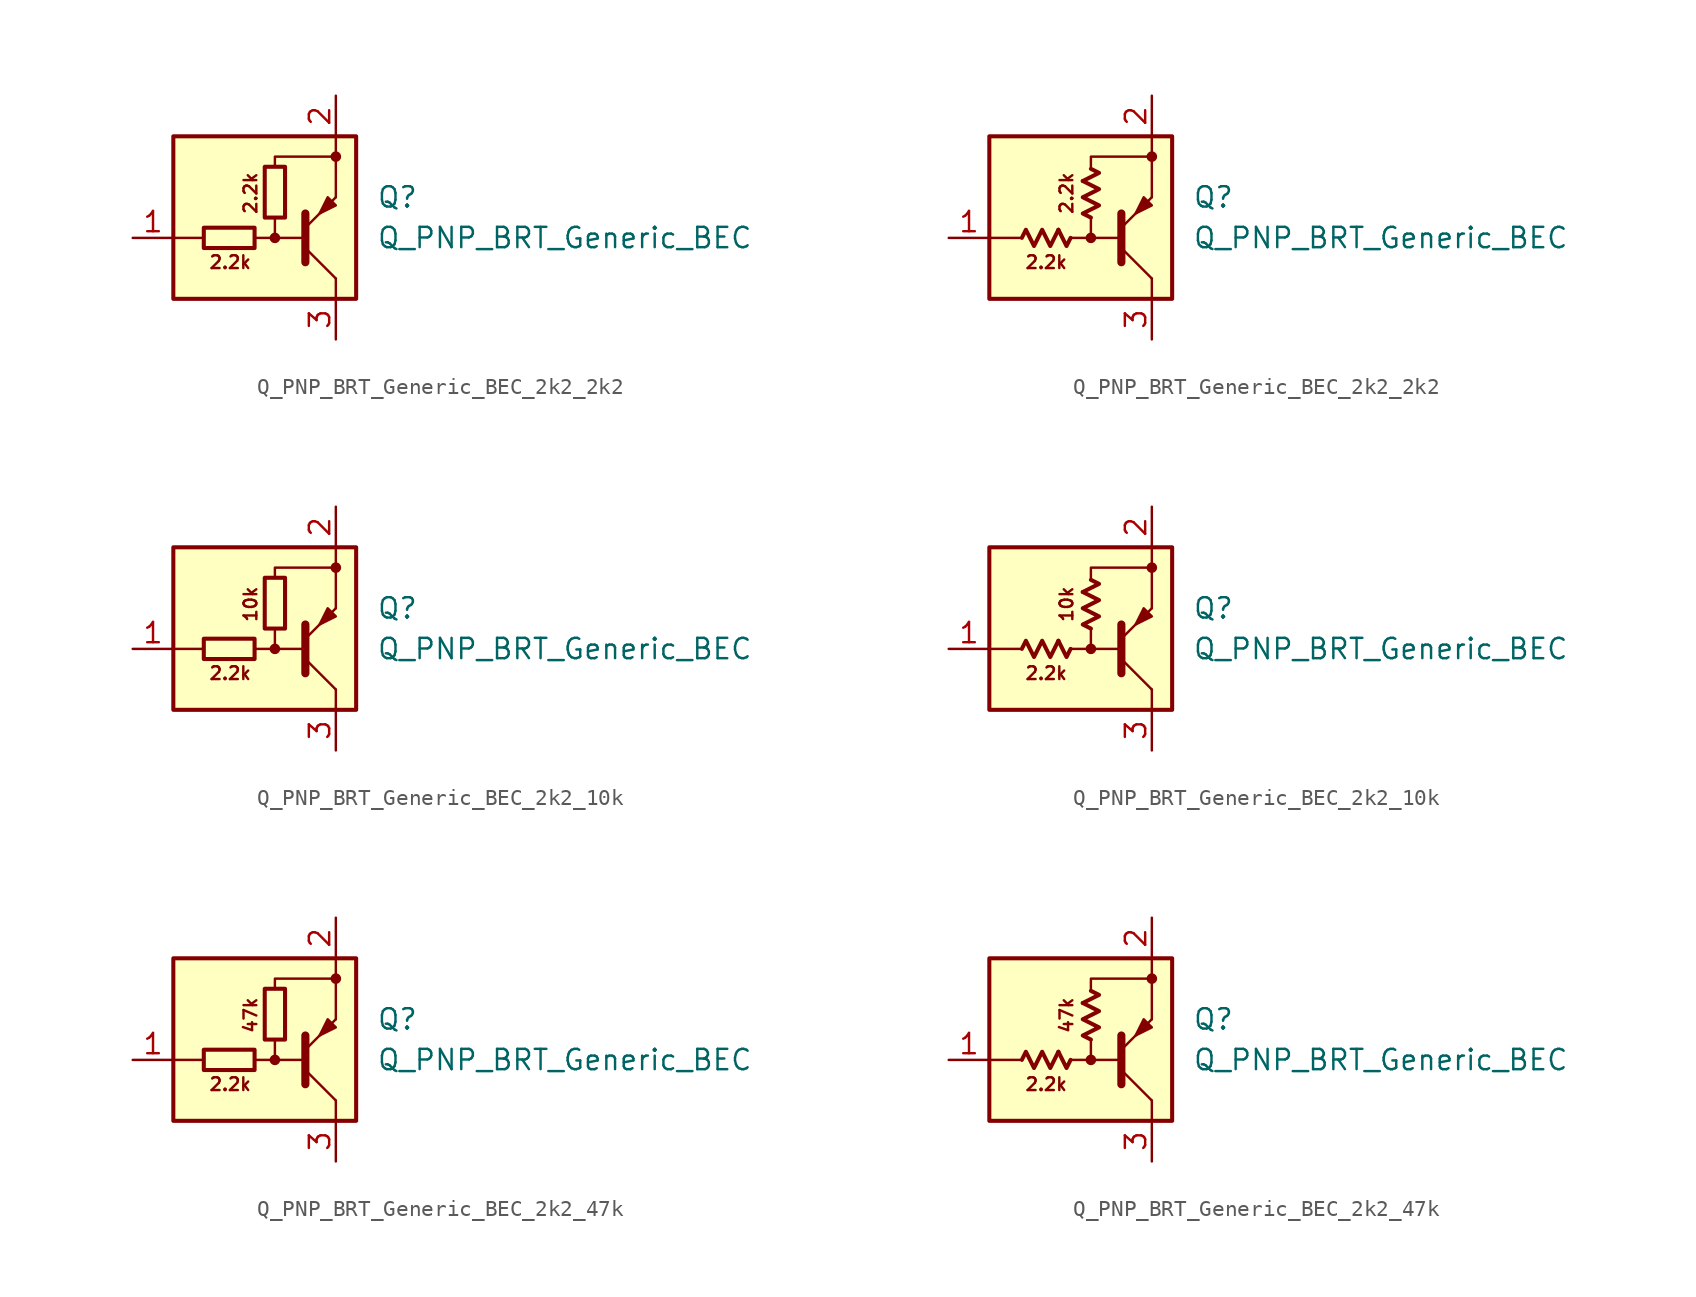
<source format=kicad_sym>
(kicad_symbol_lib
  (version 20220914)
  (generator kicad_symbol_editor)
  (symbol "Q_PNP_BRT_Generic_BEC_2k2_2k2"
    (pin_names hide)
    (property "Reference" "Q"
      (at 6.35 1.27 0)
      (effects (font (size 1.27 1.27)) (justify left)))
    (property "Value" "Q_PNP_BRT_Generic_BEC"
      (at 6.35 -1.27 0)
      (effects (font (size 1.27 1.27)) (justify left)))
    (symbol "Q_PNP_BRT_Generic_BEC_2k2_2k2_0_2"
      (polyline (pts (xy -2.032 -0.762) (xy -1.524 -1.778) (xy -1.27 -1.27)) (stroke (width 0.254) (type default)) (fill (type none)))
      (polyline (pts (xy -0.508 2.286) (xy 0.508 2.794) (xy 0 3.048)) (stroke (width 0.254) (type default)) (fill (type none)))
      (polyline (pts (xy -4.318 -1.27) (xy -4.064 -0.762) (xy -3.556 -1.778) (xy -3.048 -0.762) (xy -2.54 -1.778) (xy -2.032 -0.762)) (stroke (width 0.254) (type default)) (fill (type none)))
      (polyline (pts (xy 0 0) (xy -0.508 0.254) (xy 0.508 0.762) (xy -0.508 1.27) (xy 0.508 1.778) (xy -0.508 2.286)) (stroke (width 0.254) (type default)) (fill (type none))))
    (symbol "Q_PNP_BRT_Generic_BEC_2k2_2k2_1_0"
      (rectangle (start -6.35 5.08) (end 5.08 -5.08) (stroke (width 0.254) (type default)) (fill (type background)))
      (circle (center 0 -1.27) (radius 0.254) (stroke (width 0) (type default)) (fill (type outline)))
      (polyline (pts (xy -4.445 -1.27) (xy -6.35 -1.27)) (stroke (width 0) (type default)) (fill (type none)))
      (polyline (pts (xy -0.254 -1.27) (xy 1.905 -1.27)) (stroke (width 0) (type default)) (fill (type none)))
      (polyline (pts (xy 1.905 -2.794) (xy 1.905 0.254)) (stroke (width 0.508) (type default)) (fill (type none)))
      (polyline (pts (xy 1.905 -1.905) (xy 3.81 -3.81)) (stroke (width 0) (type default)) (fill (type none)))
      (polyline (pts (xy 3.81 -3.81) (xy 3.81 -5.08)) (stroke (width 0) (type default)) (fill (type none)))
      (polyline (pts (xy 3.81 3.81) (xy 3.81 1.27)) (stroke (width 0) (type default)) (fill (type none)))
      (polyline (pts (xy 3.81 3.81) (xy 3.81 5.08)) (stroke (width 0) (type default)) (fill (type none)))
      (polyline (pts (xy -1.27 -1.27) (xy 0 -1.27) (xy 0 0)) (stroke (width 0) (type default)) (fill (type none)))
      (polyline (pts (xy 0 3.175) (xy 0 3.81) (xy 3.81 3.81)) (stroke (width 0) (type default)) (fill (type none)))
      (polyline (pts (xy 1.905 -0.635) (xy 3.81 1.27) (xy 3.81 1.27)) (stroke (width 0) (type default)) (fill (type none)))
      (polyline (pts (xy 3.81 0.762) (xy 3.302 1.27) (xy 2.794 0.254) (xy 3.81 0.762) (xy 3.81 0.762)) (stroke (width 0) (type default)) (fill (type outline)))
      (circle (center 3.81 3.81) (radius 0.254) (stroke (width 0) (type default)) (fill (type outline)))
      (text "2.2k" (at -2.794 -2.794 0) (effects (font (size 0.8 0.8))))
      (text "2.2k" (at -1.524 1.524 900) (effects (font (size 0.8 0.8)))))
    (symbol "Q_PNP_BRT_Generic_BEC_2k2_2k2_1_1"
      (rectangle (start -1.27 -0.635) (end -4.445 -1.905) (stroke (width 0.254) (type default)) (fill (type none)))
      (rectangle (start 0.635 3.175) (end -0.635 0) (stroke (width 0.254) (type default)) (fill (type none)))
      (pin input line (at -8.89 -1.27 0) (length 2.54) (name "B" (effects (font (size 1.27 1.27)))) (number "1" (effects (font (size 1.27 1.27)))))
      (pin passive line (at 3.81 7.62 270) (length 2.54) (name "E" (effects (font (size 1.27 1.27)))) (number "2" (effects (font (size 1.27 1.27)))))
      (pin passive line (at 3.81 -7.62 90) (length 2.54) (name "C" (effects (font (size 1.27 1.27)))) (number "3" (effects (font (size 1.27 1.27))))))
    (symbol "Q_PNP_BRT_Generic_BEC_2k2_2k2_1_2"
      (pin input line (at -8.89 -1.27 0) (length 2.54) (name "B" (effects (font (size 1.27 1.27)))) (number "1" (effects (font (size 1.27 1.27)))))
      (pin passive line (at 3.81 7.62 270) (length 2.54) (name "E" (effects (font (size 1.27 1.27)))) (number "2" (effects (font (size 1.27 1.27)))))
      (pin passive line (at 3.81 -7.62 90) (length 2.54) (name "C" (effects (font (size 1.27 1.27)))) (number "3" (effects (font (size 1.27 1.27)))))))
  (symbol "Q_PNP_BRT_Generic_BEC_2k2_10k"
    (pin_names hide)
    (property "Reference" "Q"
      (at 6.35 1.27 0)
      (effects (font (size 1.27 1.27)) (justify left)))
    (property "Value" "Q_PNP_BRT_Generic_BEC"
      (at 6.35 -1.27 0)
      (effects (font (size 1.27 1.27)) (justify left)))
    (symbol "Q_PNP_BRT_Generic_BEC_2k2_10k_0_2"
      (polyline (pts (xy -2.032 -0.762) (xy -1.524 -1.778) (xy -1.27 -1.27)) (stroke (width 0.254) (type default)) (fill (type none)))
      (polyline (pts (xy -0.508 2.286) (xy 0.508 2.794) (xy 0 3.048)) (stroke (width 0.254) (type default)) (fill (type none)))
      (polyline (pts (xy -4.318 -1.27) (xy -4.064 -0.762) (xy -3.556 -1.778) (xy -3.048 -0.762) (xy -2.54 -1.778) (xy -2.032 -0.762)) (stroke (width 0.254) (type default)) (fill (type none)))
      (polyline (pts (xy 0 0) (xy -0.508 0.254) (xy 0.508 0.762) (xy -0.508 1.27) (xy 0.508 1.778) (xy -0.508 2.286)) (stroke (width 0.254) (type default)) (fill (type none))))
    (symbol "Q_PNP_BRT_Generic_BEC_2k2_10k_1_0"
      (rectangle (start -6.35 5.08) (end 5.08 -5.08) (stroke (width 0.254) (type default)) (fill (type background)))
      (circle (center 0 -1.27) (radius 0.254) (stroke (width 0) (type default)) (fill (type outline)))
      (polyline (pts (xy -4.445 -1.27) (xy -6.35 -1.27)) (stroke (width 0) (type default)) (fill (type none)))
      (polyline (pts (xy -0.254 -1.27) (xy 1.905 -1.27)) (stroke (width 0) (type default)) (fill (type none)))
      (polyline (pts (xy 1.905 -2.794) (xy 1.905 0.254)) (stroke (width 0.508) (type default)) (fill (type none)))
      (polyline (pts (xy 1.905 -1.905) (xy 3.81 -3.81)) (stroke (width 0) (type default)) (fill (type none)))
      (polyline (pts (xy 3.81 -3.81) (xy 3.81 -5.08)) (stroke (width 0) (type default)) (fill (type none)))
      (polyline (pts (xy 3.81 3.81) (xy 3.81 1.27)) (stroke (width 0) (type default)) (fill (type none)))
      (polyline (pts (xy 3.81 3.81) (xy 3.81 5.08)) (stroke (width 0) (type default)) (fill (type none)))
      (polyline (pts (xy -1.27 -1.27) (xy 0 -1.27) (xy 0 0)) (stroke (width 0) (type default)) (fill (type none)))
      (polyline (pts (xy 0 3.175) (xy 0 3.81) (xy 3.81 3.81)) (stroke (width 0) (type default)) (fill (type none)))
      (polyline (pts (xy 1.905 -0.635) (xy 3.81 1.27) (xy 3.81 1.27)) (stroke (width 0) (type default)) (fill (type none)))
      (polyline (pts (xy 3.81 0.762) (xy 3.302 1.27) (xy 2.794 0.254) (xy 3.81 0.762) (xy 3.81 0.762)) (stroke (width 0) (type default)) (fill (type outline)))
      (circle (center 3.81 3.81) (radius 0.254) (stroke (width 0) (type default)) (fill (type outline)))
      (text "10k" (at -1.524 1.524 900) (effects (font (size 0.8 0.8))))
      (text "2.2k" (at -2.794 -2.794 0) (effects (font (size 0.8 0.8)))))
    (symbol "Q_PNP_BRT_Generic_BEC_2k2_10k_1_1"
      (rectangle (start -1.27 -0.635) (end -4.445 -1.905) (stroke (width 0.254) (type default)) (fill (type none)))
      (rectangle (start 0.635 3.175) (end -0.635 0) (stroke (width 0.254) (type default)) (fill (type none)))
      (pin input line (at -8.89 -1.27 0) (length 2.54) (name "B" (effects (font (size 1.27 1.27)))) (number "1" (effects (font (size 1.27 1.27)))))
      (pin passive line (at 3.81 7.62 270) (length 2.54) (name "E" (effects (font (size 1.27 1.27)))) (number "2" (effects (font (size 1.27 1.27)))))
      (pin passive line (at 3.81 -7.62 90) (length 2.54) (name "C" (effects (font (size 1.27 1.27)))) (number "3" (effects (font (size 1.27 1.27))))))
    (symbol "Q_PNP_BRT_Generic_BEC_2k2_10k_1_2"
      (pin input line (at -8.89 -1.27 0) (length 2.54) (name "B" (effects (font (size 1.27 1.27)))) (number "1" (effects (font (size 1.27 1.27)))))
      (pin passive line (at 3.81 7.62 270) (length 2.54) (name "E" (effects (font (size 1.27 1.27)))) (number "2" (effects (font (size 1.27 1.27)))))
      (pin passive line (at 3.81 -7.62 90) (length 2.54) (name "C" (effects (font (size 1.27 1.27)))) (number "3" (effects (font (size 1.27 1.27)))))))
  (symbol "Q_PNP_BRT_Generic_BEC_2k2_47k"
    (pin_names hide)
    (property "Reference" "Q"
      (at 6.35 1.27 0)
      (effects (font (size 1.27 1.27)) (justify left)))
    (property "Value" "Q_PNP_BRT_Generic_BEC"
      (at 6.35 -1.27 0)
      (effects (font (size 1.27 1.27)) (justify left)))
    (symbol "Q_PNP_BRT_Generic_BEC_2k2_47k_0_2"
      (polyline (pts (xy -2.032 -0.762) (xy -1.524 -1.778) (xy -1.27 -1.27)) (stroke (width 0.254) (type default)) (fill (type none)))
      (polyline (pts (xy -0.508 2.286) (xy 0.508 2.794) (xy 0 3.048)) (stroke (width 0.254) (type default)) (fill (type none)))
      (polyline (pts (xy -4.318 -1.27) (xy -4.064 -0.762) (xy -3.556 -1.778) (xy -3.048 -0.762) (xy -2.54 -1.778) (xy -2.032 -0.762)) (stroke (width 0.254) (type default)) (fill (type none)))
      (polyline (pts (xy 0 0) (xy -0.508 0.254) (xy 0.508 0.762) (xy -0.508 1.27) (xy 0.508 1.778) (xy -0.508 2.286)) (stroke (width 0.254) (type default)) (fill (type none))))
    (symbol "Q_PNP_BRT_Generic_BEC_2k2_47k_1_0"
      (rectangle (start -6.35 5.08) (end 5.08 -5.08) (stroke (width 0.254) (type default)) (fill (type background)))
      (circle (center 0 -1.27) (radius 0.254) (stroke (width 0) (type default)) (fill (type outline)))
      (polyline (pts (xy -4.445 -1.27) (xy -6.35 -1.27)) (stroke (width 0) (type default)) (fill (type none)))
      (polyline (pts (xy -0.254 -1.27) (xy 1.905 -1.27)) (stroke (width 0) (type default)) (fill (type none)))
      (polyline (pts (xy 1.905 -2.794) (xy 1.905 0.254)) (stroke (width 0.508) (type default)) (fill (type none)))
      (polyline (pts (xy 1.905 -1.905) (xy 3.81 -3.81)) (stroke (width 0) (type default)) (fill (type none)))
      (polyline (pts (xy 3.81 -3.81) (xy 3.81 -5.08)) (stroke (width 0) (type default)) (fill (type none)))
      (polyline (pts (xy 3.81 3.81) (xy 3.81 1.27)) (stroke (width 0) (type default)) (fill (type none)))
      (polyline (pts (xy 3.81 3.81) (xy 3.81 5.08)) (stroke (width 0) (type default)) (fill (type none)))
      (polyline (pts (xy -1.27 -1.27) (xy 0 -1.27) (xy 0 0)) (stroke (width 0) (type default)) (fill (type none)))
      (polyline (pts (xy 0 3.175) (xy 0 3.81) (xy 3.81 3.81)) (stroke (width 0) (type default)) (fill (type none)))
      (polyline (pts (xy 1.905 -0.635) (xy 3.81 1.27) (xy 3.81 1.27)) (stroke (width 0) (type default)) (fill (type none)))
      (polyline (pts (xy 3.81 0.762) (xy 3.302 1.27) (xy 2.794 0.254) (xy 3.81 0.762) (xy 3.81 0.762)) (stroke (width 0) (type default)) (fill (type outline)))
      (circle (center 3.81 3.81) (radius 0.254) (stroke (width 0) (type default)) (fill (type outline)))
      (text "2.2k" (at -2.794 -2.794 0) (effects (font (size 0.8 0.8))))
      (text "47k" (at -1.524 1.524 900) (effects (font (size 0.8 0.8)))))
    (symbol "Q_PNP_BRT_Generic_BEC_2k2_47k_1_1"
      (rectangle (start -1.27 -0.635) (end -4.445 -1.905) (stroke (width 0.254) (type default)) (fill (type none)))
      (rectangle (start 0.635 3.175) (end -0.635 0) (stroke (width 0.254) (type default)) (fill (type none)))
      (pin input line (at -8.89 -1.27 0) (length 2.54) (name "B" (effects (font (size 1.27 1.27)))) (number "1" (effects (font (size 1.27 1.27)))))
      (pin passive line (at 3.81 7.62 270) (length 2.54) (name "E" (effects (font (size 1.27 1.27)))) (number "2" (effects (font (size 1.27 1.27)))))
      (pin passive line (at 3.81 -7.62 90) (length 2.54) (name "C" (effects (font (size 1.27 1.27)))) (number "3" (effects (font (size 1.27 1.27))))))
    (symbol "Q_PNP_BRT_Generic_BEC_2k2_47k_1_2"
      (pin input line (at -8.89 -1.27 0) (length 2.54) (name "B" (effects (font (size 1.27 1.27)))) (number "1" (effects (font (size 1.27 1.27)))))
      (pin passive line (at 3.81 7.62 270) (length 2.54) (name "E" (effects (font (size 1.27 1.27)))) (number "2" (effects (font (size 1.27 1.27)))))
      (pin passive line (at 3.81 -7.62 90) (length 2.54) (name "C" (effects (font (size 1.27 1.27)))) (number "3" (effects (font (size 1.27 1.27))))))))
</source>
